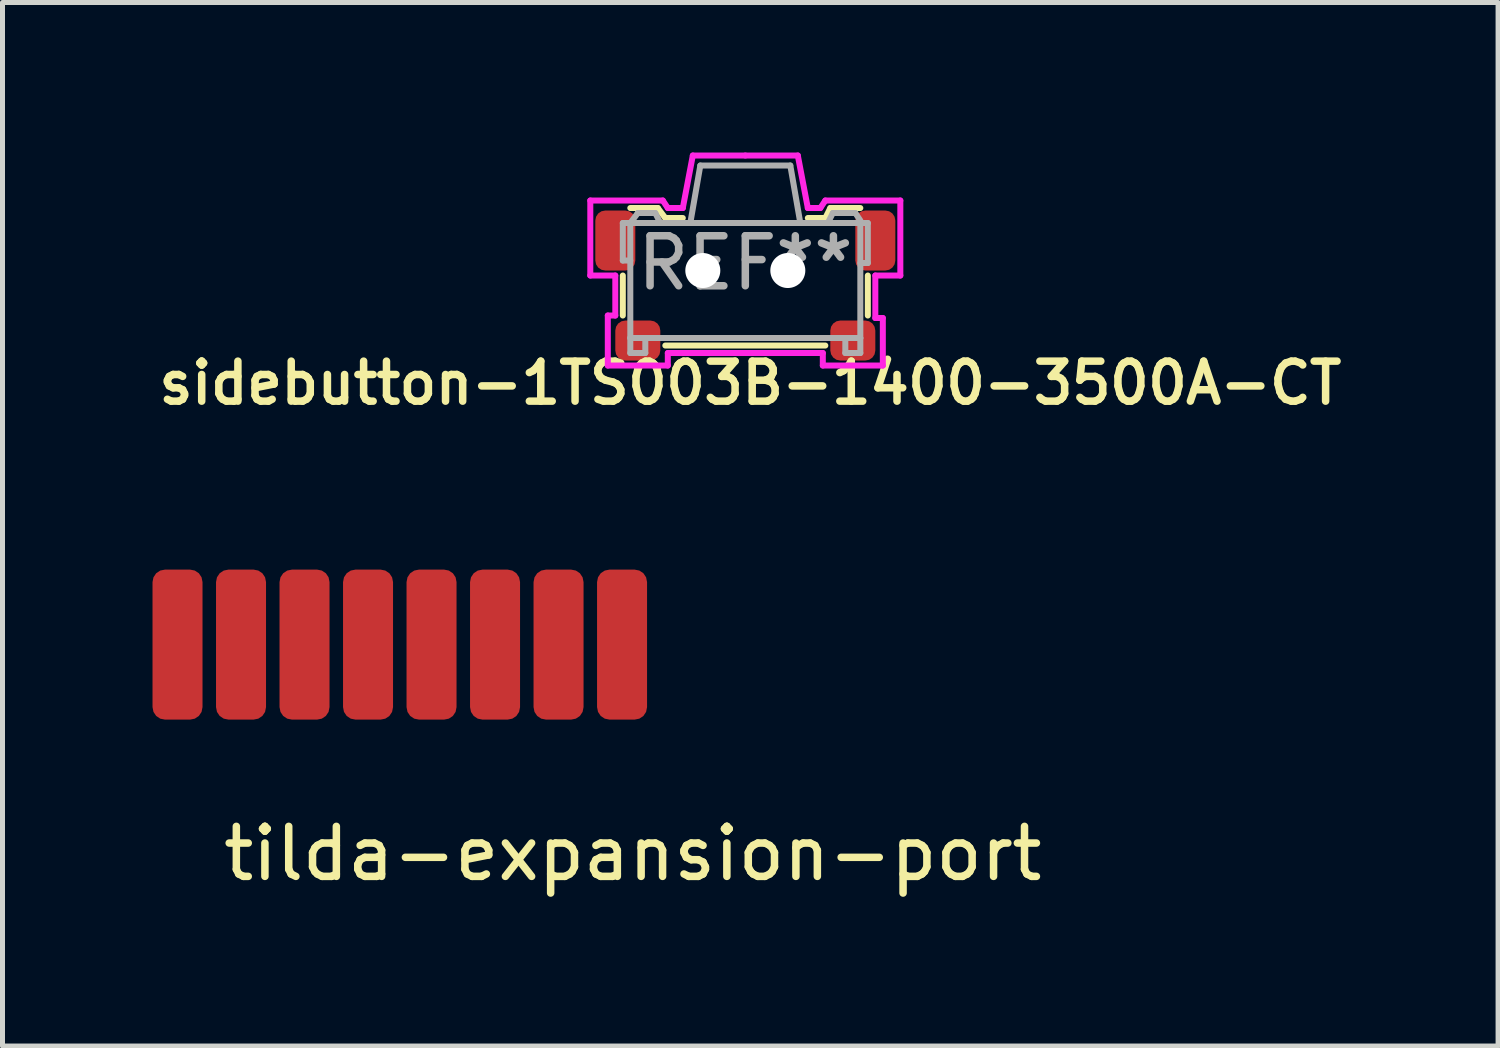
<source format=kicad_pcb>
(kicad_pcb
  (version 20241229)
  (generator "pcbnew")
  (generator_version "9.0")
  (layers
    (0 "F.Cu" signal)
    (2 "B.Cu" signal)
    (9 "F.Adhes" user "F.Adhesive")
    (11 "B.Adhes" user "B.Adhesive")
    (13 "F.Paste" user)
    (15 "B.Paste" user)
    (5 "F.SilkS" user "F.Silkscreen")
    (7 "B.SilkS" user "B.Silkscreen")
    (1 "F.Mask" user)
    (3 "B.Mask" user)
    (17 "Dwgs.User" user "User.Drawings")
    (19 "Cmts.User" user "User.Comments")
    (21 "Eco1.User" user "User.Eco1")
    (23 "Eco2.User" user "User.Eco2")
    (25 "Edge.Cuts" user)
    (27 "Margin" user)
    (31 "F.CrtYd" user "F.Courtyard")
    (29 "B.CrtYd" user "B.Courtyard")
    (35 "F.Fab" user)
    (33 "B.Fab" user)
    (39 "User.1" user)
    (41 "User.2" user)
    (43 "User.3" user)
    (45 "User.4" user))
  (footprint "tilda-expansion-port"
    (layer "F.Cu")
    (at 4.945 9.841)
    (property "Reference" "tilda-expansion-port" (at 4.66 4.18 0) (layer "F.SilkS") (effects (font (size 1 1) (thickness 0.15))))
    (attr exclude_from_pos_files exclude_from_bom)
    (pad "1" smd roundrect (at -4.445 0) (size 1 3) (layers "F.Cu" "F.Mask") (roundrect_rratio 0.25))
    (pad "2" smd roundrect (at -3.175 0) (size 1 3) (layers "F.Cu" "F.Mask") (roundrect_rratio 0.25))
    (pad "3" smd roundrect (at -1.905 0) (size 1 3) (layers "F.Cu" "F.Mask") (roundrect_rratio 0.25))
    (pad "4" smd roundrect (at -0.635 0) (size 1 3) (layers "F.Cu" "F.Mask") (roundrect_rratio 0.25))
    (pad "5" smd roundrect (at 0.635 0) (size 1 3) (layers "F.Cu" "F.Mask") (roundrect_rratio 0.25))
    (pad "6" smd roundrect (at 1.905 0) (size 1 3) (layers "F.Cu" "F.Mask") (roundrect_rratio 0.25))
    (pad "7" smd roundrect (at 3.175 0) (size 1 3) (layers "F.Cu" "F.Mask") (roundrect_rratio 0.25))
    (pad "8" smd roundrect (at 4.445 0) (size 1 3) (layers "F.Cu" "F.Mask") (roundrect_rratio 0.25)))
  (footprint "sidebutton-1TS003B-1400-3500A-CT"
    (layer "F.Cu")
    (at 11.855 2.36)
    (property "Reference" "sidebutton-1TS003B-1400-3500A-CT" (at 0.1 2.25 0) (layer "F.SilkS") (effects (font (size 0.8 0.8) (thickness 0.15))))
    (attr smd)
    (fp_line (start -2.45 0.1) (end -2.45 0.9) (stroke (width 0.12) (type solid)) (layer "F.SilkS"))
    (fp_line (start -2.3 -1.25) (end -1.75 -1.25) (stroke (width 0.12) (type solid)) (layer "F.SilkS"))
    (fp_line (start -1.75 -1.25) (end -1.6 -1.05) (stroke (width 0.12) (type solid)) (layer "F.SilkS"))
    (fp_line (start -1.6 -1.05) (end -1.25 -1.05) (stroke (width 0.12) (type solid)) (layer "F.SilkS"))
    (fp_line (start -1.6 1.5) (end 1.6 1.5) (stroke (width 0.12) (type solid)) (layer "F.SilkS"))
    (fp_line (start 1.25 -1.05) (end 1.6 -1.05) (stroke (width 0.12) (type solid)) (layer "F.SilkS"))
    (fp_line (start 1.6 -1.05) (end 1.7 -1.25) (stroke (width 0.12) (type solid)) (layer "F.SilkS"))
    (fp_line (start 1.7 -1.25) (end 2.3 -1.25) (stroke (width 0.12) (type solid)) (layer "F.SilkS"))
    (fp_line (start 2.45 0.1) (end 2.45 0.9) (stroke (width 0.12) (type solid)) (layer "F.SilkS"))
    (fp_line (start -3.1 -1.4) (end -1.65 -1.4) (stroke (width 0.12) (type solid)) (layer "F.CrtYd"))
    (fp_line (start -3.1 0.1) (end -3.1 -1.4) (stroke (width 0.12) (type solid)) (layer "F.CrtYd"))
    (fp_line (start -2.75 0.9) (end -2.6 0.9) (stroke (width 0.12) (type solid)) (layer "F.CrtYd"))
    (fp_line (start -2.75 1.9) (end -2.75 0.9) (stroke (width 0.12) (type solid)) (layer "F.CrtYd"))
    (fp_line (start -2.6 0.1) (end -3.1 0.1) (stroke (width 0.12) (type solid)) (layer "F.CrtYd"))
    (fp_line (start -2.6 0.9) (end -2.6 0.1) (stroke (width 0.12) (type solid)) (layer "F.CrtYd"))
    (fp_line (start -1.65 -1.4) (end -1.55 -1.25) (stroke (width 0.12) (type solid)) (layer "F.CrtYd"))
    (fp_line (start -1.55 -1.25) (end -1.25 -1.25) (stroke (width 0.12) (type solid)) (layer "F.CrtYd"))
    (fp_line (start -1.55 1.65) (end -1.55 1.9) (stroke (width 0.12) (type solid)) (layer "F.CrtYd"))
    (fp_line (start -1.55 1.9) (end -2.75 1.9) (stroke (width 0.12) (type solid)) (layer "F.CrtYd"))
    (fp_line (start -1.25 -1.25) (end -1.05 -2.3) (stroke (width 0.12) (type solid)) (layer "F.CrtYd"))
    (fp_line (start -1.05 -2.3) (end 0 -2.3) (stroke (width 0.12) (type solid)) (layer "F.CrtYd"))
    (fp_line (start 0 -2.3) (end 1.05 -2.3) (stroke (width 0.12) (type solid)) (layer "F.CrtYd"))
    (fp_line (start 1.05 -2.3) (end 1.25 -1.25) (stroke (width 0.12) (type solid)) (layer "F.CrtYd"))
    (fp_line (start 1.25 -1.25) (end 1.5 -1.25) (stroke (width 0.12) (type solid)) (layer "F.CrtYd"))
    (fp_line (start 1.5 -1.25) (end 1.6 -1.4) (stroke (width 0.12) (type solid)) (layer "F.CrtYd"))
    (fp_line (start 1.55 1.65) (end -1.55 1.65) (stroke (width 0.12) (type solid)) (layer "F.CrtYd"))
    (fp_line (start 1.55 1.9) (end 1.55 1.65) (stroke (width 0.12) (type solid)) (layer "F.CrtYd"))
    (fp_line (start 1.6 -1.4) (end 3.1 -1.4) (stroke (width 0.12) (type solid)) (layer "F.CrtYd"))
    (fp_line (start 2.6 0.1) (end 2.6 0.95) (stroke (width 0.12) (type solid)) (layer "F.CrtYd"))
    (fp_line (start 2.6 0.95) (end 2.75 0.95) (stroke (width 0.12) (type solid)) (layer "F.CrtYd"))
    (fp_line (start 2.75 0.95) (end 2.75 1.9) (stroke (width 0.12) (type solid)) (layer "F.CrtYd"))
    (fp_line (start 2.75 1.9) (end 1.55 1.9) (stroke (width 0.12) (type solid)) (layer "F.CrtYd"))
    (fp_line (start 3.1 -1.4) (end 3.1 0.1) (stroke (width 0.12) (type solid)) (layer "F.CrtYd"))
    (fp_line (start 3.1 0.1) (end 2.6 0.1) (stroke (width 0.12) (type solid)) (layer "F.CrtYd"))
    (fp_line (start -2.45 -0.95) (end -2.45 -0.2) (stroke (width 0.12) (type solid)) (layer "F.Fab"))
    (fp_line (start -2.45 -0.2) (end -2.3 -0.2) (stroke (width 0.12) (type solid)) (layer "F.Fab"))
    (fp_line (start -2.3 -0.95) (end -2.45 -0.95) (stroke (width 0.12) (type solid)) (layer "F.Fab"))
    (fp_line (start -2.3 -0.95) (end -2.15 -1.15) (stroke (width 0.12) (type solid)) (layer "F.Fab"))
    (fp_line (start -2.3 -0.95) (end 2.3 -0.95) (stroke (width 0.12) (type solid)) (layer "F.Fab"))
    (fp_line (start -2.3 1.35) (end -2.3 -0.95) (stroke (width 0.12) (type solid)) (layer "F.Fab"))
    (fp_line (start -2.3 1.35) (end -2.3 1.65) (stroke (width 0.12) (type solid)) (layer "F.Fab"))
    (fp_line (start -2.3 1.65) (end -2 1.65) (stroke (width 0.12) (type solid)) (layer "F.Fab"))
    (fp_line (start -2.15 -1.15) (end -1.8 -1.15) (stroke (width 0.12) (type solid)) (layer "F.Fab"))
    (fp_line (start -2 1.65) (end -2 1.35) (stroke (width 0.12) (type solid)) (layer "F.Fab"))
    (fp_line (start -1.8 -1.15) (end -1.7 -0.95) (stroke (width 0.12) (type solid)) (layer "F.Fab"))
    (fp_line (start -0.9 -2.1) (end -1.1 -0.95) (stroke (width 0.12) (type solid)) (layer "F.Fab"))
    (fp_line (start -0.9 -2.1) (end 0.9 -2.1) (stroke (width 0.12) (type solid)) (layer "F.Fab"))
    (fp_line (start 0.9 -2.1) (end 1.1 -0.95) (stroke (width 0.12) (type solid)) (layer "F.Fab"))
    (fp_line (start 1.65 -0.95) (end 1.75 -1.15) (stroke (width 0.12) (type solid)) (layer "F.Fab"))
    (fp_line (start 1.75 -1.15) (end 2.2 -1.15) (stroke (width 0.12) (type solid)) (layer "F.Fab"))
    (fp_line (start 2 1.65) (end 2 1.35) (stroke (width 0.12) (type solid)) (layer "F.Fab"))
    (fp_line (start 2.2 -1.15) (end 2.3 -1) (stroke (width 0.12) (type solid)) (layer "F.Fab"))
    (fp_line (start 2.3 -0.95) (end 2.3 1.35) (stroke (width 0.12) (type solid)) (layer "F.Fab"))
    (fp_line (start 2.3 -0.95) (end 2.45 -0.95) (stroke (width 0.12) (type solid)) (layer "F.Fab"))
    (fp_line (start 2.3 1.35) (end -2.3 1.35) (stroke (width 0.12) (type solid)) (layer "F.Fab"))
    (fp_line (start 2.3 1.35) (end 2.3 1.65) (stroke (width 0.12) (type solid)) (layer "F.Fab"))
    (fp_line (start 2.3 1.65) (end 2 1.65) (stroke (width 0.12) (type solid)) (layer "F.Fab"))
    (fp_line (start 2.45 -0.95) (end 2.45 -0.15) (stroke (width 0.12) (type solid)) (layer "F.Fab"))
    (fp_line (start 2.45 -0.15) (end 2.3 -0.15) (stroke (width 0.12) (type solid)) (layer "F.Fab"))
    (fp_text user "REF**" (at 0 -0.15 0) (layer "F.Fab") (effects (font (size 1 1) (thickness 0.15))))
    (pad "" smd roundrect (at -2.6 -0.6) (size 0.8 1.2) (layers "F.Cu" "F.Mask" "F.Paste") (roundrect_rratio 0.25))
    (pad "" np_thru_hole circle (at -0.85 0) (size 0.7 0.7) (drill 0.7) (layers "*.Cu" "*.Mask"))
    (pad "" np_thru_hole circle (at 0.85 0) (size 0.7 0.7) (drill 0.7) (layers "*.Cu" "*.Mask"))
    (pad "" smd roundrect (at 2.6 -0.6) (size 0.8 1.2) (layers "F.Cu" "F.Mask" "F.Paste") (roundrect_rratio 0.25))
    (pad "1" smd roundrect (at -2.15 1.4) (size 0.9 0.8) (layers "F.Cu" "F.Mask" "F.Paste") (roundrect_rratio 0.25))
    (pad "2" smd roundrect (at 2.15 1.4) (size 0.9 0.8) (layers "F.Cu" "F.Mask" "F.Paste") (roundrect_rratio 0.25)))
  (gr_rect
    (start -3 -3)
    (end 26.909 17.869)
    (stroke (width 0.1) (type default))
    (fill no)
    (layer "Edge.Cuts")))
</source>
